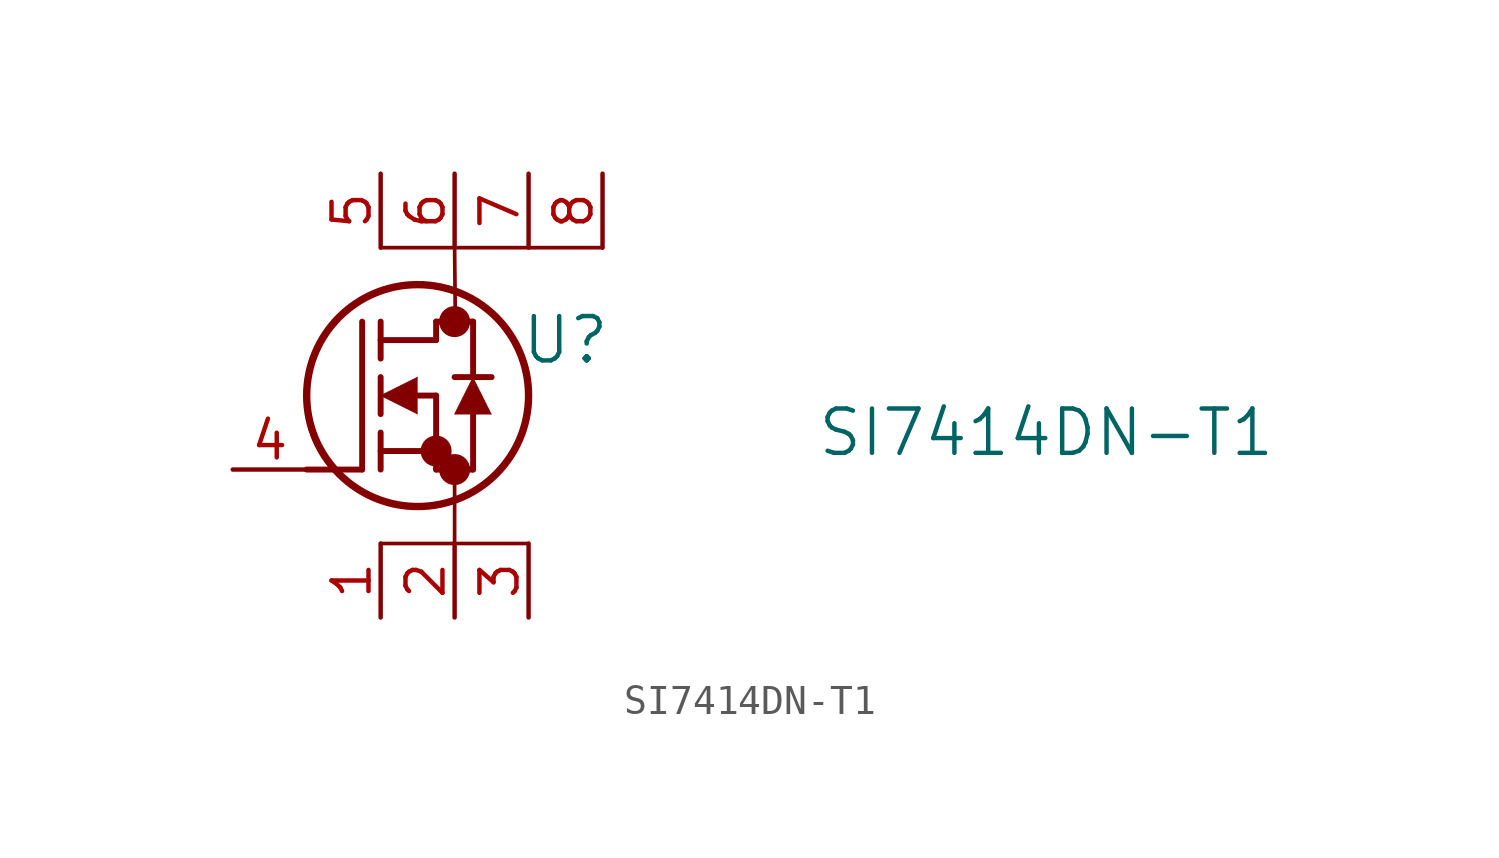
<source format=kicad_sym>
(kicad_symbol_lib
  (version 20220914)
  (generator kicad_symbol_editor)
  (symbol "SI7414DN-T1"
    (pin_names
      (offset 0.254))
    (property "Reference" "U"
      (at 45.72 29.845 0)
      (effects (font (size 1.524 1.524))))
    (property "Value" "SI7414DN-T1"
      (at 62.23 26.67 0)
      (effects (font (size 1.524 1.524))))
    (property "ki_locked" ""
      (at 0 0 0)
      (effects (font (size 1.27 1.27))))
    (symbol "SI7414DN-T1_0_1"
      (polyline (pts (xy 36.83 25.4) (xy 38.735 25.4)) (stroke (width 0.203) (type default)) (fill (type none)))
      (polyline (pts (xy 38.735 25.4) (xy 38.735 30.48)) (stroke (width 0.203) (type default)) (fill (type none)))
      (polyline (pts (xy 39.37 22.86) (xy 44.45 22.86)) (stroke (width 0.127) (type default)) (fill (type none)))
      (polyline (pts (xy 39.37 25.4) (xy 39.37 26.67)) (stroke (width 0.203) (type default)) (fill (type none)))
      (polyline (pts (xy 39.37 26.035) (xy 41.275 26.035)) (stroke (width 0.203) (type default)) (fill (type none)))
      (polyline (pts (xy 39.37 27.305) (xy 39.37 28.575)) (stroke (width 0.203) (type default)) (fill (type none)))
      (polyline (pts (xy 39.37 29.21) (xy 39.37 30.48)) (stroke (width 0.203) (type default)) (fill (type none)))
      (polyline (pts (xy 39.37 29.845) (xy 41.275 29.845)) (stroke (width 0.203) (type default)) (fill (type none)))
      (polyline (pts (xy 39.37 33.02) (xy 46.99 33.02)) (stroke (width 0.127) (type default)) (fill (type none)))
      (polyline (pts (xy 40.64 27.94) (xy 41.275 27.94)) (stroke (width 0.203) (type default)) (fill (type none)))
      (polyline (pts (xy 41.275 25.4) (xy 41.275 27.94)) (stroke (width 0.203) (type default)) (fill (type none)))
      (polyline (pts (xy 41.275 25.4) (xy 42.545 25.4)) (stroke (width 0.203) (type default)) (fill (type none)))
      (polyline (pts (xy 41.275 29.845) (xy 41.275 30.48)) (stroke (width 0.203) (type default)) (fill (type none)))
      (polyline (pts (xy 41.275 30.48) (xy 42.545 30.48)) (stroke (width 0.203) (type default)) (fill (type none)))
      (polyline (pts (xy 41.91 22.86) (xy 41.91 25.4)) (stroke (width 0.127) (type default)) (fill (type none)))
      (polyline (pts (xy 41.91 33.02) (xy 41.935 30.48)) (stroke (width 0.127) (type default)) (fill (type none)))
      (polyline (pts (xy 42.545 25.4) (xy 42.545 27.305)) (stroke (width 0.203) (type default)) (fill (type none)))
      (polyline (pts (xy 42.545 28.575) (xy 42.545 30.48)) (stroke (width 0.203) (type default)) (fill (type none)))
      (polyline (pts (xy 43.18 28.575) (xy 41.91 28.575)) (stroke (width 0.203) (type default)) (fill (type none)))
      (polyline (pts (xy 40.64 28.575) (xy 39.37 27.94) (xy 40.64 27.305)) (stroke (width 0.025) (type default)) (fill (type outline)))
      (polyline (pts (xy 43.18 27.305) (xy 41.91 27.305) (xy 42.545 28.575)) (stroke (width 0.025) (type default)) (fill (type outline)))
      (circle (center 40.64 27.94) (radius 3.81) (stroke (width 0.254) (type default)) (fill (type none)))
      (circle (center 41.275 26.035) (radius 0.025) (stroke (width 0.508) (type default)) (fill (type none)))
      (circle (center 41.91 25.4) (radius 0.025) (stroke (width 0.508) (type default)) (fill (type none)))
      (circle (center 41.91 30.48) (radius 0.025) (stroke (width 0.508) (type default)) (fill (type none))))
    (symbol "SI7414DN-T1_1_1"
      (pin unspecified line (at 39.37 20.32 90) (length 2.54) (name "" (effects (font (size 1.27 1.27)))) (number "1" (effects (font (size 1.27 1.27)))))
      (pin unspecified line (at 41.91 20.32 90) (length 2.54) (name "" (effects (font (size 1.27 1.27)))) (number "2" (effects (font (size 1.27 1.27)))))
      (pin unspecified line (at 44.45 20.32 90) (length 2.54) (name "" (effects (font (size 1.27 1.27)))) (number "3" (effects (font (size 1.27 1.27)))))
      (pin unspecified line (at 34.29 25.4 0) (length 2.54) (name "" (effects (font (size 1.27 1.27)))) (number "4" (effects (font (size 1.27 1.27)))))
      (pin unspecified line (at 39.37 35.56 270) (length 2.54) (name "" (effects (font (size 1.27 1.27)))) (number "5" (effects (font (size 1.27 1.27)))))
      (pin unspecified line (at 41.91 35.56 270) (length 2.54) (name "" (effects (font (size 1.27 1.27)))) (number "6" (effects (font (size 1.27 1.27)))))
      (pin unspecified line (at 44.45 35.56 270) (length 2.54) (name "" (effects (font (size 1.27 1.27)))) (number "7" (effects (font (size 1.27 1.27)))))
      (pin unspecified line (at 46.99 35.56 270) (length 2.54) (name "" (effects (font (size 1.27 1.27)))) (number "8" (effects (font (size 1.27 1.27))))))))
</source>
